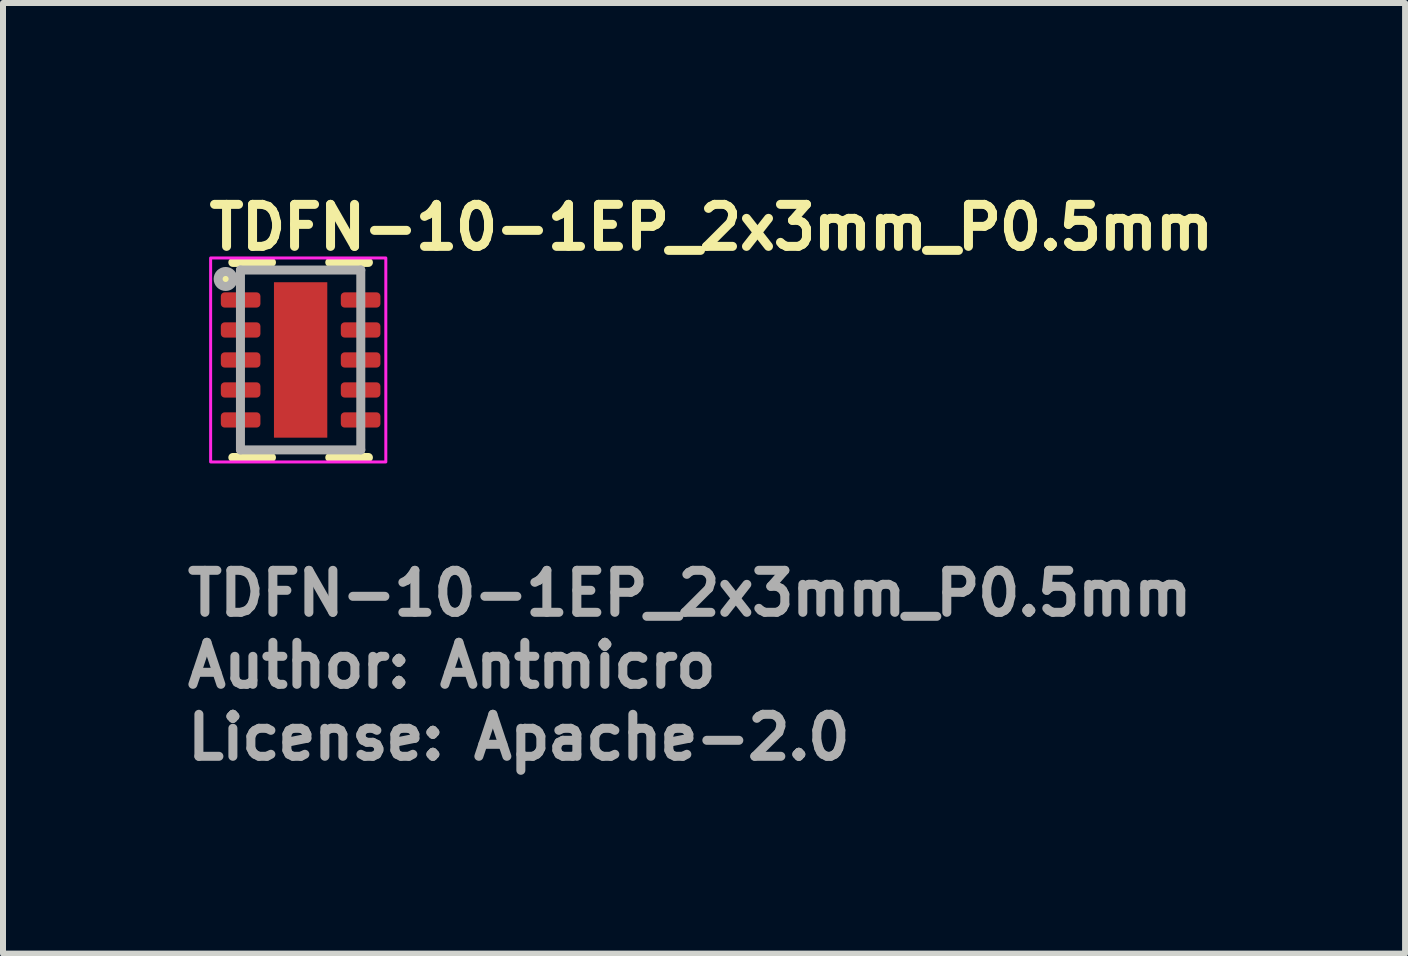
<source format=kicad_pcb>
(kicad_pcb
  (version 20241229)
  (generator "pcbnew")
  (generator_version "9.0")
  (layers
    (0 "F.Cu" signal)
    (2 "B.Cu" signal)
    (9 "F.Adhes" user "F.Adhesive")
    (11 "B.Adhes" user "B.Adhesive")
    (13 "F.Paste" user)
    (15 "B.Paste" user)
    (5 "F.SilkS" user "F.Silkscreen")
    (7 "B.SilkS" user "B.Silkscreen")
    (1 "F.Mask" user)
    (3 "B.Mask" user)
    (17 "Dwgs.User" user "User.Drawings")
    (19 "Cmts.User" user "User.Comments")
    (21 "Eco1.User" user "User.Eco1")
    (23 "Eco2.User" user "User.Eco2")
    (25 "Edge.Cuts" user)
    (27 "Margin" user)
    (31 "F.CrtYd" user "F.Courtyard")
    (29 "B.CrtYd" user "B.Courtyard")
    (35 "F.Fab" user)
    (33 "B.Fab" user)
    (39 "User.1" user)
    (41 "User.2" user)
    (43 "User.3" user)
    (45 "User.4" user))
  (footprint "TDFN-10-1EP_2x3mm_P0.5mm"
    (layer "F.Cu")
    (at 1.961 2.95)
    (property "Reference" "TDFN-10-1EP_2x3mm_P0.5mm" (at -1.6 -1.8 0) (unlocked yes) (layer "F.SilkS") (effects (font (size 0.7 0.7) (thickness 0.15)) (justify left bottom)))
    (attr smd)
    (fp_line (start -1.13 1.626) (end -0.486 1.626) (stroke (width 0.15) (type solid)) (layer "F.SilkS"))
    (fp_line (start -0.486 -1.626) (end -1.13 -1.626) (stroke (width 0.15) (type solid)) (layer "F.SilkS"))
    (fp_line (start 0.486 1.626) (end 1.13 1.626) (stroke (width 0.15) (type solid)) (layer "F.SilkS"))
    (fp_line (start 1.13 -1.626) (end 0.486 -1.626) (stroke (width 0.15) (type solid)) (layer "F.SilkS"))
    (fp_circle (center -1.25 -1.35) (end -1.2 -1.35) (stroke (width 0.15) (type solid)) (fill yes) (layer "F.SilkS"))
    (fp_rect (start -1.5 -1.7) (end 1.42 1.7) (stroke (width 0.05) (type solid)) (fill no) (layer "F.CrtYd"))
    (fp_line (start -1.003 -1.499) (end -1.003 1.499) (stroke (width 0.15) (type solid)) (layer "F.Fab"))
    (fp_line (start -1.003 1.499) (end 1.003 1.499) (stroke (width 0.15) (type solid)) (layer "F.Fab"))
    (fp_line (start 1.003 -1.499) (end -1.003 -1.499) (stroke (width 0.15) (type solid)) (layer "F.Fab"))
    (fp_line (start 1.003 1.499) (end 1.003 -1.499) (stroke (width 0.15) (type solid)) (layer "F.Fab"))
    (fp_circle (center -1.25 -1.35) (end -1.2 -1.35) (stroke (width 0.15) (type solid)) (fill no) (layer "F.Fab"))
    (fp_rect (start -1.003 -1.499) (end 1.003 1.499) (stroke (width 0.1) (type solid)) (fill no) (layer "User.5"))
    (fp_line (start -1.003 -1.499) (end -1.003 1.499) (stroke (width 0.02) (type solid)) (layer "User.9"))
    (fp_line (start -1.003 1.499) (end 1.003 1.499) (stroke (width 0.02) (type solid)) (layer "User.9"))
    (fp_line (start -0.853 -1) (end -0.849 -0.981) (stroke (width 0.02) (type solid)) (layer "User.9"))
    (fp_line (start -0.849 -1.019) (end -0.853 -1) (stroke (width 0.02) (type solid)) (layer "User.9"))
    (fp_line (start -0.849 -0.981) (end -0.838 -0.965) (stroke (width 0.02) (type solid)) (layer "User.9"))
    (fp_line (start -0.838 -1.035) (end -0.849 -1.019) (stroke (width 0.02) (type solid)) (layer "User.9"))
    (fp_line (start -0.838 -0.965) (end -0.822 -0.954) (stroke (width 0.02) (type solid)) (layer "User.9"))
    (fp_line (start -0.822 -1.046) (end -0.838 -1.035) (stroke (width 0.02) (type solid)) (layer "User.9"))
    (fp_line (start -0.822 -0.954) (end -0.803 -0.95) (stroke (width 0.02) (type solid)) (layer "User.9"))
    (fp_line (start -0.803 -1.05) (end -0.822 -1.046) (stroke (width 0.02) (type solid)) (layer "User.9"))
    (fp_line (start -0.803 -0.95) (end -0.784 -0.954) (stroke (width 0.02) (type solid)) (layer "User.9"))
    (fp_line (start -0.784 -1.046) (end -0.803 -1.05) (stroke (width 0.02) (type solid)) (layer "User.9"))
    (fp_line (start -0.784 -0.954) (end -0.768 -0.965) (stroke (width 0.02) (type solid)) (layer "User.9"))
    (fp_line (start -0.768 -1.035) (end -0.784 -1.046) (stroke (width 0.02) (type solid)) (layer "User.9"))
    (fp_line (start -0.768 -0.965) (end -0.757 -0.981) (stroke (width 0.02) (type solid)) (layer "User.9"))
    (fp_line (start -0.757 -1.019) (end -0.768 -1.035) (stroke (width 0.02) (type solid)) (layer "User.9"))
    (fp_line (start -0.757 -0.981) (end -0.753 -1) (stroke (width 0.02) (type solid)) (layer "User.9"))
    (fp_line (start -0.753 -1) (end -0.757 -1.019) (stroke (width 0.02) (type solid)) (layer "User.9"))
    (fp_line (start 1.003 -1.499) (end -1.003 -1.499) (stroke (width 0.02) (type solid)) (layer "User.9"))
    (fp_line (start 1.003 1.499) (end 1.003 -1.499) (stroke (width 0.02) (type solid)) (layer "User.9"))
    (fp_text user "${REFERENCE}" (at -1.961 4.3 0) (unlocked yes) (layer "F.Fab") (effects (font (size 0.7 0.7) (thickness 0.15)) (justify left bottom)))
    (fp_text user "License: Apache-2.0" (at -1.961 6.7 0) (layer "F.Fab") (effects (font (size 0.7 0.7) (thickness 0.15)) (justify left bottom)))
    (fp_text user "Author: Antmicro" (at -1.961 5.5 0) (layer "F.Fab") (effects (font (size 0.7 0.7) (thickness 0.15)) (justify left bottom)))
    (pad "" smd roundrect (at 0 0) (size 0.75 2.4) (layers "F.Paste") (roundrect_rratio 0.25))
    (pad "1" smd roundrect (at -1 -1) (size 0.66 0.254) (layers "F.Cu" "F.Mask" "F.Paste") (roundrect_rratio 0.25))
    (pad "2" smd roundrect (at -1 -0.5) (size 0.66 0.254) (layers "F.Cu" "F.Mask" "F.Paste") (roundrect_rratio 0.25))
    (pad "3" smd roundrect (at -1 0) (size 0.66 0.254) (layers "F.Cu" "F.Mask" "F.Paste") (roundrect_rratio 0.25))
    (pad "4" smd roundrect (at -1 0.5) (size 0.66 0.254) (layers "F.Cu" "F.Mask" "F.Paste") (roundrect_rratio 0.25))
    (pad "5" smd roundrect (at -1 1) (size 0.66 0.254) (layers "F.Cu" "F.Mask" "F.Paste") (roundrect_rratio 0.25))
    (pad "6" smd roundrect (at 1 1) (size 0.66 0.254) (layers "F.Cu" "F.Mask" "F.Paste") (roundrect_rratio 0.25))
    (pad "7" smd roundrect (at 1 0.5) (size 0.66 0.254) (layers "F.Cu" "F.Mask" "F.Paste") (roundrect_rratio 0.25))
    (pad "8" smd roundrect (at 1 0) (size 0.66 0.254) (layers "F.Cu" "F.Mask" "F.Paste") (roundrect_rratio 0.25))
    (pad "9" smd roundrect (at 1 -0.5) (size 0.66 0.254) (layers "F.Cu" "F.Mask" "F.Paste") (roundrect_rratio 0.25))
    (pad "10" smd roundrect (at 1 -1) (size 0.66 0.254) (layers "F.Cu" "F.Mask" "F.Paste") (roundrect_rratio 0.25))
    (pad "11" smd rect (at 0 0) (size 0.889 2.591) (layers "F.Cu" "F.Mask")))
  (gr_rect
    (start -3 -3)
    (end 20.371 12.845)
    (stroke (width 0.1) (type default))
    (fill no)
    (layer "Edge.Cuts")))
</source>
